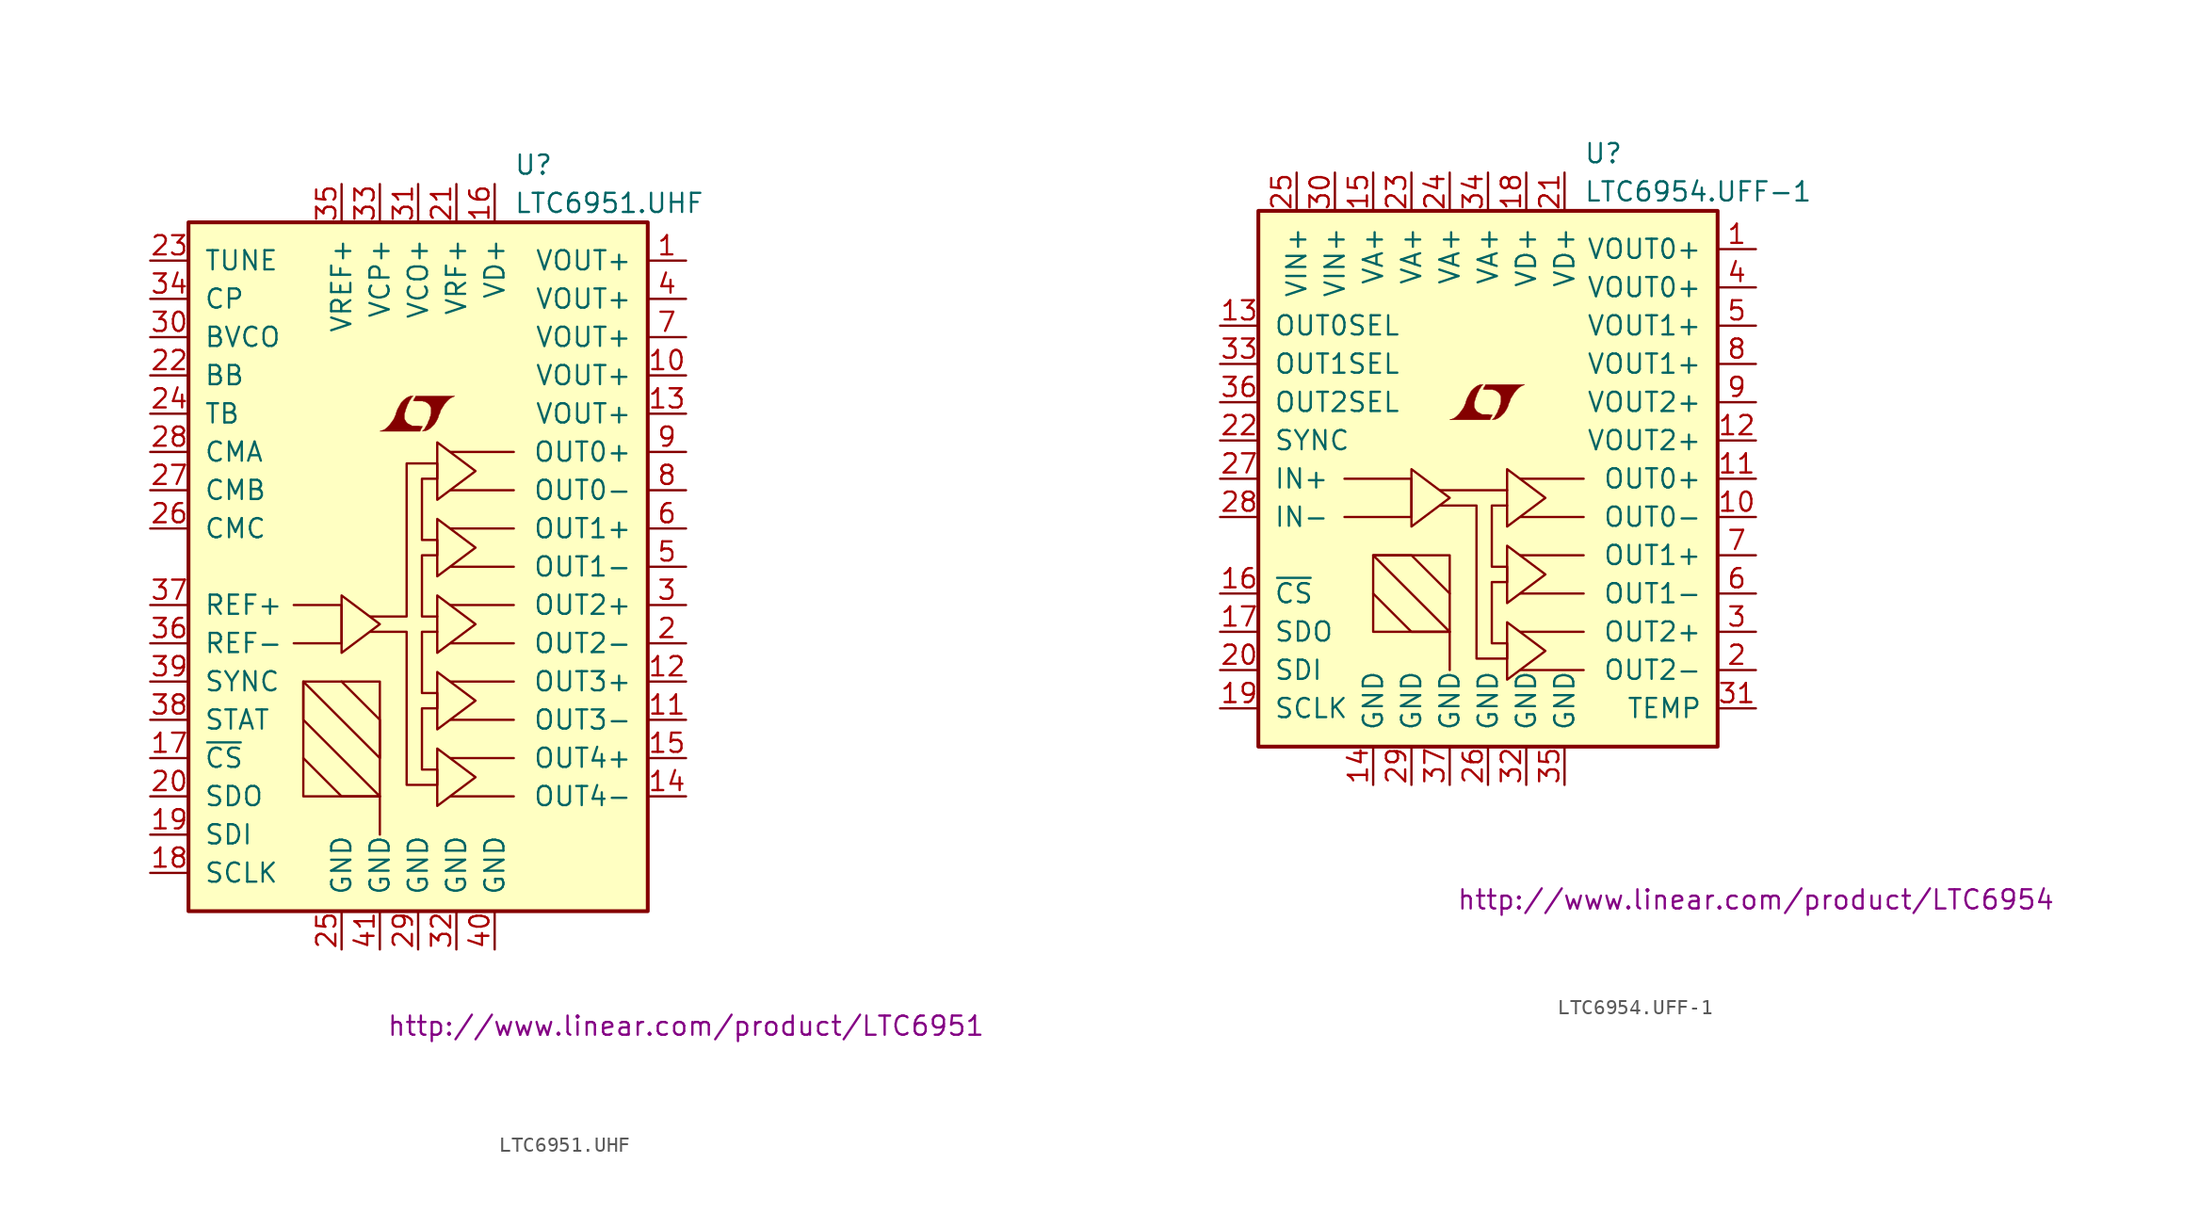
<source format=kicad_sym>
(kicad_symbol_lib
  (version 20201005)
  (generator kicad_symbol_editor)
  (symbol "LTC6951.UHF"
    (pin_names
      (offset 1.016))
    (property "Reference" "U"
      (at 6.35 26.67 0)
      (effects (font (size 1.27 1.27)) (justify left)))
    (property "Value" "LTC6951.UHF"
      (at 6.35 24.13 0)
      (effects (font (size 1.27 1.27)) (justify left)))
    (property "Datasheet" "http://www.linear.com/product/LTC6951"
      (at 17.78 -30.48 0)
      (effects (font (size 1.27 1.27))))
    (symbol "LTC6951.UHF_0_0"
      (polyline (pts (xy 0.203 9.169) (xy 0.229 9.195) (xy 0.279 9.296) (xy 0.279 9.322) (xy 0.152 9.322) (xy 0.051 9.347) (xy -0.406 9.347) (xy -0.432 9.373) (xy -0.686 9.5) (xy -0.787 9.601) (xy -0.864 9.728) (xy -0.914 9.83) (xy -0.914 10.135) (xy -0.864 10.287) (xy -0.838 10.389) (xy -0.813 10.465) (xy -0.762 10.592) (xy -0.711 10.744) (xy -0.635 10.871) (xy -0.584 10.998) (xy -0.508 11.1) (xy -0.457 11.201) (xy -0.33 11.328) (xy -0.508 11.328) (xy -0.635 11.278) (xy -0.737 11.227) (xy -0.813 11.176) (xy -0.94 11.074) (xy -1.118 10.897) (xy -1.372 10.439) (xy -1.473 10.16) (xy -1.473 10.109) (xy -1.524 10.008) (xy -1.575 9.881) (xy -1.626 9.779) (xy -1.753 9.601) (xy -1.905 9.398) (xy -2.057 9.246) (xy -2.21 9.119) (xy -2.388 9.042) (xy -2.54 8.992) (xy 0.127 8.992) (xy 0.203 9.169)) (stroke (width 0.025)) (fill (type outline)))
      (polyline (pts (xy 0.406 9.017) (xy 0.483 9.017) (xy 0.66 9.093) (xy 0.813 9.195) (xy 1.092 9.474) (xy 1.219 9.677) (xy 1.321 9.881) (xy 1.397 10.135) (xy 1.422 10.135) (xy 1.499 10.389) (xy 1.753 10.795) (xy 1.905 10.973) (xy 2.057 11.125) (xy 2.21 11.227) (xy 2.388 11.303) (xy 2.413 11.303) (xy 2.413 11.328) (xy -0.152 11.328) (xy -0.229 11.176) (xy -0.254 11.151) (xy -0.305 11.049) (xy -0.33 11.024) (xy -0.279 11.024) (xy -0.229 10.998) (xy 0.305 10.998) (xy 0.356 10.973) (xy 0.406 10.973) (xy 0.483 10.947) (xy 0.61 10.871) (xy 0.737 10.77) (xy 0.813 10.643) (xy 0.838 10.592) (xy 0.864 10.566) (xy 0.864 10.16) (xy 0.838 10.109) (xy 0.838 10.033) (xy 0.787 9.931) (xy 0.762 9.804) (xy 0.686 9.652) (xy 0.635 9.5) (xy 0.483 9.246) (xy 0.432 9.144) (xy 0.279 8.992) (xy 0.406 9.017)) (stroke (width 0.025)) (fill (type outline))))
    (symbol "LTC6951.UHF_0_1"
      (rectangle (start -15.24 22.86) (end 15.24 -22.86) (stroke (width 0.254)) (fill (type background)))
      (rectangle (start -7.62 -15.24) (end -2.54 -7.62) (stroke (width 0)) (fill (type none)))
      (polyline (pts (xy -2.54 -15.24) (xy -2.54 -17.78)) (stroke (width 0)) (fill (type none)))
      (polyline (pts (xy 2.159 7.62) (xy 6.35 7.62)) (stroke (width 0)) (fill (type none)))
      (polyline (pts (xy 6.35 -15.24) (xy 2.159 -15.24)) (stroke (width 0)) (fill (type none)))
      (polyline (pts (xy 6.35 -12.7) (xy 2.159 -12.7)) (stroke (width 0)) (fill (type none)))
      (polyline (pts (xy 6.35 -10.16) (xy 2.159 -10.16)) (stroke (width 0)) (fill (type none)))
      (polyline (pts (xy 6.35 -7.62) (xy 2.159 -7.62)) (stroke (width 0)) (fill (type none)))
      (polyline (pts (xy 6.35 -5.08) (xy 2.159 -5.08)) (stroke (width 0)) (fill (type none)))
      (polyline (pts (xy 6.35 -2.54) (xy 2.159 -2.54)) (stroke (width 0)) (fill (type none)))
      (polyline (pts (xy 6.35 0) (xy 2.159 0)) (stroke (width 0)) (fill (type none)))
      (polyline (pts (xy 6.35 2.54) (xy 2.159 2.54)) (stroke (width 0)) (fill (type none)))
      (polyline (pts (xy 6.35 5.08) (xy 2.159 5.08)) (stroke (width 0)) (fill (type none)))
      (polyline (pts (xy -8.255 -2.54) (xy -5.08 -2.54) (xy -5.08 -5.08) (xy -8.255 -5.08)) (stroke (width 0)) (fill (type none)))
      (polyline (pts (xy -2.54 -3.81) (xy -5.08 -1.905) (xy -5.08 -5.715) (xy -2.54 -3.81)) (stroke (width 0)) (fill (type none)))
      (polyline (pts (xy 3.81 -13.97) (xy 1.27 -12.065) (xy 1.27 -15.875) (xy 3.81 -13.97)) (stroke (width 0)) (fill (type none)))
      (polyline (pts (xy 3.81 -8.89) (xy 1.27 -6.985) (xy 1.27 -10.795) (xy 3.81 -8.89)) (stroke (width 0)) (fill (type none)))
      (polyline (pts (xy 3.81 -3.81) (xy 1.27 -1.905) (xy 1.27 -5.715) (xy 3.81 -3.81)) (stroke (width 0)) (fill (type none)))
      (polyline (pts (xy 3.81 1.27) (xy 1.27 3.175) (xy 1.27 -0.635) (xy 3.81 1.27)) (stroke (width 0)) (fill (type none)))
      (polyline (pts (xy 3.81 6.35) (xy 1.27 4.445) (xy 1.27 8.255) (xy 3.81 6.35)) (stroke (width 0)) (fill (type none)))
      (polyline (pts (xy -7.62 -12.7) (xy -5.08 -15.24) (xy -2.54 -15.24) (xy -7.62 -10.16) (xy -7.62 -7.62) (xy -2.54 -12.7) (xy -2.54 -10.16) (xy -5.08 -7.62)) (stroke (width 0)) (fill (type none)))
      (polyline (pts (xy -3.175 -4.318) (xy -0.762 -4.318) (xy -0.762 -14.478) (xy 1.27 -14.478) (xy 1.27 -13.462) (xy 0.254 -13.462) (xy 0.254 -9.398) (xy 1.27 -9.398) (xy 1.27 -8.382) (xy 0.254 -8.382) (xy 0.254 -4.318) (xy 1.27 -4.318)) (stroke (width 0)) (fill (type none)))
      (polyline (pts (xy -3.175 -3.302) (xy -0.762 -3.302) (xy -0.762 6.858) (xy 1.27 6.858) (xy 1.27 5.842) (xy 0.254 5.842) (xy 0.254 1.778) (xy 1.27 1.778) (xy 1.27 0.762) (xy 0.254 0.762) (xy 0.254 -3.302) (xy 1.27 -3.302)) (stroke (width 0)) (fill (type none))))
    (symbol "LTC6951.UHF_1_1"
      (pin power_in line (at 17.78 20.32 180) (length 2.54) (name "VOUT+" (effects (font (size 1.27 1.27)))) (number "1" (effects (font (size 1.27 1.27)))))
      (pin output line (at 17.78 -5.08 180) (length 2.54) (name "OUT2-" (effects (font (size 1.27 1.27)))) (number "2" (effects (font (size 1.27 1.27)))))
      (pin output line (at 17.78 -2.54 180) (length 2.54) (name "OUT2+" (effects (font (size 1.27 1.27)))) (number "3" (effects (font (size 1.27 1.27)))))
      (pin power_in line (at 17.78 17.78 180) (length 2.54) (name "VOUT+" (effects (font (size 1.27 1.27)))) (number "4" (effects (font (size 1.27 1.27)))))
      (pin output line (at 17.78 0 180) (length 2.54) (name "OUT1-" (effects (font (size 1.27 1.27)))) (number "5" (effects (font (size 1.27 1.27)))))
      (pin output line (at 17.78 2.54 180) (length 2.54) (name "OUT1+" (effects (font (size 1.27 1.27)))) (number "6" (effects (font (size 1.27 1.27)))))
      (pin power_in line (at 17.78 15.24 180) (length 2.54) (name "VOUT+" (effects (font (size 1.27 1.27)))) (number "7" (effects (font (size 1.27 1.27)))))
      (pin output line (at 17.78 5.08 180) (length 2.54) (name "OUT0-" (effects (font (size 1.27 1.27)))) (number "8" (effects (font (size 1.27 1.27)))))
      (pin output line (at 17.78 7.62 180) (length 2.54) (name "OUT0+" (effects (font (size 1.27 1.27)))) (number "9" (effects (font (size 1.27 1.27)))))
      (pin power_in line (at 17.78 12.7 180) (length 2.54) (name "VOUT+" (effects (font (size 1.27 1.27)))) (number "10" (effects (font (size 1.27 1.27)))))
      (pin output line (at -17.78 -15.24 0) (length 2.54) (name "SDO" (effects (font (size 1.27 1.27)))) (number "20" (effects (font (size 1.27 1.27)))))
      (pin passive line (at -17.78 15.24 0) (length 2.54) (name "BVCO" (effects (font (size 1.27 1.27)))) (number "30" (effects (font (size 1.27 1.27)))))
      (pin power_in line (at 5.08 -25.4 90) (length 2.54) (name "GND" (effects (font (size 1.27 1.27)))) (number "40" (effects (font (size 1.27 1.27)))))
      (pin output line (at 17.78 -10.16 180) (length 2.54) (name "OUT3-" (effects (font (size 1.27 1.27)))) (number "11" (effects (font (size 1.27 1.27)))))
      (pin power_in line (at 2.54 25.4 270) (length 2.54) (name "VRF+" (effects (font (size 1.27 1.27)))) (number "21" (effects (font (size 1.27 1.27)))))
      (pin power_in line (at 0 25.4 270) (length 2.54) (name "VCO+" (effects (font (size 1.27 1.27)))) (number "31" (effects (font (size 1.27 1.27)))))
      (pin power_in line (at -2.54 -25.4 90) (length 2.54) (name "GND" (effects (font (size 1.27 1.27)))) (number "41" (effects (font (size 1.27 1.27)))))
      (pin output line (at 17.78 -7.62 180) (length 2.54) (name "OUT3+" (effects (font (size 1.27 1.27)))) (number "12" (effects (font (size 1.27 1.27)))))
      (pin passive line (at -17.78 12.7 0) (length 2.54) (name "BB" (effects (font (size 1.27 1.27)))) (number "22" (effects (font (size 1.27 1.27)))))
      (pin power_in line (at 2.54 -25.4 90) (length 2.54) (name "GND" (effects (font (size 1.27 1.27)))) (number "32" (effects (font (size 1.27 1.27)))))
      (pin power_in line (at 17.78 10.16 180) (length 2.54) (name "VOUT+" (effects (font (size 1.27 1.27)))) (number "13" (effects (font (size 1.27 1.27)))))
      (pin input line (at -17.78 20.32 0) (length 2.54) (name "TUNE" (effects (font (size 1.27 1.27)))) (number "23" (effects (font (size 1.27 1.27)))))
      (pin power_in line (at -2.54 25.4 270) (length 2.54) (name "VCP+" (effects (font (size 1.27 1.27)))) (number "33" (effects (font (size 1.27 1.27)))))
      (pin output line (at 17.78 -15.24 180) (length 2.54) (name "OUT4-" (effects (font (size 1.27 1.27)))) (number "14" (effects (font (size 1.27 1.27)))))
      (pin passive line (at -17.78 10.16 0) (length 2.54) (name "TB" (effects (font (size 1.27 1.27)))) (number "24" (effects (font (size 1.27 1.27)))))
      (pin passive line (at -17.78 17.78 0) (length 2.54) (name "CP" (effects (font (size 1.27 1.27)))) (number "34" (effects (font (size 1.27 1.27)))))
      (pin output line (at 17.78 -12.7 180) (length 2.54) (name "OUT4+" (effects (font (size 1.27 1.27)))) (number "15" (effects (font (size 1.27 1.27)))))
      (pin power_in line (at -5.08 -25.4 90) (length 2.54) (name "GND" (effects (font (size 1.27 1.27)))) (number "25" (effects (font (size 1.27 1.27)))))
      (pin power_in line (at -5.08 25.4 270) (length 2.54) (name "VREF+" (effects (font (size 1.27 1.27)))) (number "35" (effects (font (size 1.27 1.27)))))
      (pin power_in line (at 5.08 25.4 270) (length 2.54) (name "VD+" (effects (font (size 1.27 1.27)))) (number "16" (effects (font (size 1.27 1.27)))))
      (pin input line (at -17.78 2.54 0) (length 2.54) (name "CMC" (effects (font (size 1.27 1.27)))) (number "26" (effects (font (size 1.27 1.27)))))
      (pin input line (at -17.78 -5.08 0) (length 2.54) (name "REF-" (effects (font (size 1.27 1.27)))) (number "36" (effects (font (size 1.27 1.27)))))
      (pin input line (at -17.78 -12.7 0) (length 2.54) (name "~CS~" (effects (font (size 1.27 1.27)))) (number "17" (effects (font (size 1.27 1.27)))))
      (pin input line (at -17.78 5.08 0) (length 2.54) (name "CMB" (effects (font (size 1.27 1.27)))) (number "27" (effects (font (size 1.27 1.27)))))
      (pin input line (at -17.78 -2.54 0) (length 2.54) (name "REF+" (effects (font (size 1.27 1.27)))) (number "37" (effects (font (size 1.27 1.27)))))
      (pin input line (at -17.78 -20.32 0) (length 2.54) (name "SCLK" (effects (font (size 1.27 1.27)))) (number "18" (effects (font (size 1.27 1.27)))))
      (pin input line (at -17.78 7.62 0) (length 2.54) (name "CMA" (effects (font (size 1.27 1.27)))) (number "28" (effects (font (size 1.27 1.27)))))
      (pin output line (at -17.78 -10.16 0) (length 2.54) (name "STAT" (effects (font (size 1.27 1.27)))) (number "38" (effects (font (size 1.27 1.27)))))
      (pin input line (at -17.78 -17.78 0) (length 2.54) (name "SDI" (effects (font (size 1.27 1.27)))) (number "19" (effects (font (size 1.27 1.27)))))
      (pin power_in line (at 0 -25.4 90) (length 2.54) (name "GND" (effects (font (size 1.27 1.27)))) (number "29" (effects (font (size 1.27 1.27)))))
      (pin input line (at -17.78 -7.62 0) (length 2.54) (name "SYNC" (effects (font (size 1.27 1.27)))) (number "39" (effects (font (size 1.27 1.27)))))))
  (symbol "LTC6954.UFF-1"
    (pin_names
      (offset 1.016))
    (property "Reference" "U"
      (at 6.35 21.59 0)
      (effects (font (size 1.27 1.27)) (justify left)))
    (property "Value" "LTC6954.UFF-1"
      (at 6.35 19.05 0)
      (effects (font (size 1.27 1.27)) (justify left)))
    (property "Datasheet" "http://www.linear.com/product/LTC6954"
      (at 17.78 -27.94 0)
      (effects (font (size 1.27 1.27))))
    (symbol "LTC6954.UFF-1_0_0"
      (polyline (pts (xy 0.203 4.089) (xy 0.229 4.115) (xy 0.279 4.216) (xy 0.279 4.242) (xy 0.152 4.242) (xy 0.051 4.267) (xy -0.406 4.267) (xy -0.432 4.293) (xy -0.686 4.42) (xy -0.787 4.521) (xy -0.864 4.648) (xy -0.914 4.75) (xy -0.914 5.055) (xy -0.864 5.207) (xy -0.838 5.309) (xy -0.813 5.385) (xy -0.762 5.512) (xy -0.711 5.664) (xy -0.635 5.791) (xy -0.584 5.918) (xy -0.508 6.02) (xy -0.457 6.121) (xy -0.33 6.248) (xy -0.508 6.248) (xy -0.635 6.198) (xy -0.737 6.147) (xy -0.813 6.096) (xy -0.94 5.994) (xy -1.118 5.817) (xy -1.372 5.359) (xy -1.473 5.08) (xy -1.473 5.029) (xy -1.524 4.928) (xy -1.575 4.801) (xy -1.626 4.699) (xy -1.753 4.521) (xy -1.905 4.318) (xy -2.057 4.166) (xy -2.21 4.039) (xy -2.388 3.962) (xy -2.54 3.912) (xy 0.127 3.912) (xy 0.203 4.089)) (stroke (width 0.025)) (fill (type outline)))
      (polyline (pts (xy 0.406 3.937) (xy 0.483 3.937) (xy 0.66 4.013) (xy 0.813 4.115) (xy 1.092 4.394) (xy 1.219 4.597) (xy 1.321 4.801) (xy 1.397 5.055) (xy 1.422 5.055) (xy 1.499 5.309) (xy 1.753 5.715) (xy 1.905 5.893) (xy 2.057 6.045) (xy 2.21 6.147) (xy 2.388 6.223) (xy 2.413 6.223) (xy 2.413 6.248) (xy -0.152 6.248) (xy -0.229 6.096) (xy -0.254 6.071) (xy -0.305 5.969) (xy -0.33 5.944) (xy -0.279 5.944) (xy -0.229 5.918) (xy 0.305 5.918) (xy 0.356 5.893) (xy 0.406 5.893) (xy 0.483 5.867) (xy 0.61 5.791) (xy 0.737 5.69) (xy 0.813 5.563) (xy 0.838 5.512) (xy 0.864 5.486) (xy 0.864 5.08) (xy 0.838 5.029) (xy 0.838 4.953) (xy 0.787 4.851) (xy 0.762 4.724) (xy 0.686 4.572) (xy 0.635 4.42) (xy 0.483 4.166) (xy 0.432 4.064) (xy 0.279 3.912) (xy 0.406 3.937)) (stroke (width 0.025)) (fill (type outline))))
    (symbol "LTC6954.UFF-1_0_1"
      (rectangle (start -15.24 17.78) (end 15.24 -17.78) (stroke (width 0.254)) (fill (type background)))
      (rectangle (start -7.62 -5.08) (end -2.54 -10.16) (stroke (width 0)) (fill (type none)))
      (polyline (pts (xy -2.54 -10.16) (xy -2.54 -12.7)) (stroke (width 0)) (fill (type none)))
      (polyline (pts (xy 1.27 -0.762) (xy -3.175 -0.762)) (stroke (width 0)) (fill (type none)))
      (polyline (pts (xy 2.159 0) (xy 6.35 0)) (stroke (width 0)) (fill (type none)))
      (polyline (pts (xy 6.35 -12.7) (xy 2.159 -12.7)) (stroke (width 0)) (fill (type none)))
      (polyline (pts (xy 6.35 -10.16) (xy 2.159 -10.16)) (stroke (width 0)) (fill (type none)))
      (polyline (pts (xy 6.35 -7.62) (xy 2.159 -7.62)) (stroke (width 0)) (fill (type none)))
      (polyline (pts (xy 6.35 -5.08) (xy 2.159 -5.08)) (stroke (width 0)) (fill (type none)))
      (polyline (pts (xy 6.35 -2.54) (xy 2.159 -2.54)) (stroke (width 0)) (fill (type none)))
      (polyline (pts (xy -9.525 0) (xy -5.08 0) (xy -5.08 -2.54) (xy -9.525 -2.54)) (stroke (width 0)) (fill (type none)))
      (polyline (pts (xy -2.54 -1.27) (xy -5.08 0.635) (xy -5.08 -3.175) (xy -2.54 -1.27)) (stroke (width 0)) (fill (type none)))
      (polyline (pts (xy 3.81 -11.43) (xy 1.27 -9.525) (xy 1.27 -13.335) (xy 3.81 -11.43)) (stroke (width 0)) (fill (type none)))
      (polyline (pts (xy 3.81 -6.35) (xy 1.27 -4.445) (xy 1.27 -8.255) (xy 3.81 -6.35)) (stroke (width 0)) (fill (type none)))
      (polyline (pts (xy 3.81 -1.27) (xy 1.27 -3.175) (xy 1.27 0.635) (xy 3.81 -1.27)) (stroke (width 0)) (fill (type none)))
      (polyline (pts (xy -7.62 -7.62) (xy -5.08 -10.16) (xy -2.54 -10.16) (xy -7.62 -5.08) (xy -5.08 -5.08) (xy -2.54 -7.62)) (stroke (width 0)) (fill (type none)))
      (polyline (pts (xy -3.175 -1.778) (xy -0.762 -1.778) (xy -0.762 -11.938) (xy 1.27 -11.938) (xy 1.27 -10.922) (xy 0.254 -10.922) (xy 0.254 -6.858) (xy 1.27 -6.858) (xy 1.27 -5.842) (xy 0.254 -5.842) (xy 0.254 -1.778) (xy 1.27 -1.778)) (stroke (width 0)) (fill (type none))))
    (symbol "LTC6954.UFF-1_1_1"
      (pin power_in line (at 17.78 15.24 180) (length 2.54) (name "VOUT0+" (effects (font (size 1.27 1.27)))) (number "1" (effects (font (size 1.27 1.27)))))
      (pin output line (at 17.78 -12.7 180) (length 2.54) (name "OUT2-" (effects (font (size 1.27 1.27)))) (number "2" (effects (font (size 1.27 1.27)))))
      (pin output line (at 17.78 -10.16 180) (length 2.54) (name "OUT2+" (effects (font (size 1.27 1.27)))) (number "3" (effects (font (size 1.27 1.27)))))
      (pin power_in line (at 17.78 12.7 180) (length 2.54) (name "VOUT0+" (effects (font (size 1.27 1.27)))) (number "4" (effects (font (size 1.27 1.27)))))
      (pin power_in line (at 17.78 10.16 180) (length 2.54) (name "VOUT1+" (effects (font (size 1.27 1.27)))) (number "5" (effects (font (size 1.27 1.27)))))
      (pin output line (at 17.78 -7.62 180) (length 2.54) (name "OUT1-" (effects (font (size 1.27 1.27)))) (number "6" (effects (font (size 1.27 1.27)))))
      (pin output line (at 17.78 -5.08 180) (length 2.54) (name "OUT1+" (effects (font (size 1.27 1.27)))) (number "7" (effects (font (size 1.27 1.27)))))
      (pin power_in line (at 17.78 7.62 180) (length 2.54) (name "VOUT1+" (effects (font (size 1.27 1.27)))) (number "8" (effects (font (size 1.27 1.27)))))
      (pin power_in line (at 17.78 5.08 180) (length 2.54) (name "VOUT2+" (effects (font (size 1.27 1.27)))) (number "9" (effects (font (size 1.27 1.27)))))
      (pin output line (at 17.78 -2.54 180) (length 2.54) (name "OUT0-" (effects (font (size 1.27 1.27)))) (number "10" (effects (font (size 1.27 1.27)))))
      (pin input line (at -17.78 -12.7 0) (length 2.54) (name "SDI" (effects (font (size 1.27 1.27)))) (number "20" (effects (font (size 1.27 1.27)))))
      (pin power_in line (at -10.16 20.32 270) (length 2.54) (name "VIN+" (effects (font (size 1.27 1.27)))) (number "30" (effects (font (size 1.27 1.27)))))
      (pin output line (at 17.78 0 180) (length 2.54) (name "OUT0+" (effects (font (size 1.27 1.27)))) (number "11" (effects (font (size 1.27 1.27)))))
      (pin power_in line (at 5.08 20.32 270) (length 2.54) (name "VD+" (effects (font (size 1.27 1.27)))) (number "21" (effects (font (size 1.27 1.27)))))
      (pin passive line (at 17.78 -15.24 180) (length 2.54) (name "TEMP" (effects (font (size 1.27 1.27)))) (number "31" (effects (font (size 1.27 1.27)))))
      (pin power_in line (at 17.78 2.54 180) (length 2.54) (name "VOUT2+" (effects (font (size 1.27 1.27)))) (number "12" (effects (font (size 1.27 1.27)))))
      (pin input line (at -17.78 2.54 0) (length 2.54) (name "SYNC" (effects (font (size 1.27 1.27)))) (number "22" (effects (font (size 1.27 1.27)))))
      (pin power_in line (at 2.54 -20.32 90) (length 2.54) (name "GND" (effects (font (size 1.27 1.27)))) (number "32" (effects (font (size 1.27 1.27)))))
      (pin input line (at -17.78 10.16 0) (length 2.54) (name "OUT0SEL" (effects (font (size 1.27 1.27)))) (number "13" (effects (font (size 1.27 1.27)))))
      (pin power_in line (at -5.08 20.32 270) (length 2.54) (name "VA+" (effects (font (size 1.27 1.27)))) (number "23" (effects (font (size 1.27 1.27)))))
      (pin input line (at -17.78 7.62 0) (length 2.54) (name "OUT1SEL" (effects (font (size 1.27 1.27)))) (number "33" (effects (font (size 1.27 1.27)))))
      (pin power_in line (at -7.62 -20.32 90) (length 2.54) (name "GND" (effects (font (size 1.27 1.27)))) (number "14" (effects (font (size 1.27 1.27)))))
      (pin power_in line (at -2.54 20.32 270) (length 2.54) (name "VA+" (effects (font (size 1.27 1.27)))) (number "24" (effects (font (size 1.27 1.27)))))
      (pin power_in line (at 0 20.32 270) (length 2.54) (name "VA+" (effects (font (size 1.27 1.27)))) (number "34" (effects (font (size 1.27 1.27)))))
      (pin power_in line (at -7.62 20.32 270) (length 2.54) (name "VA+" (effects (font (size 1.27 1.27)))) (number "15" (effects (font (size 1.27 1.27)))))
      (pin power_in line (at -12.7 20.32 270) (length 2.54) (name "VIN+" (effects (font (size 1.27 1.27)))) (number "25" (effects (font (size 1.27 1.27)))))
      (pin power_in line (at 5.08 -20.32 90) (length 2.54) (name "GND" (effects (font (size 1.27 1.27)))) (number "35" (effects (font (size 1.27 1.27)))))
      (pin input line (at -17.78 -7.62 0) (length 2.54) (name "~CS~" (effects (font (size 1.27 1.27)))) (number "16" (effects (font (size 1.27 1.27)))))
      (pin power_in line (at 0 -20.32 90) (length 2.54) (name "GND" (effects (font (size 1.27 1.27)))) (number "26" (effects (font (size 1.27 1.27)))))
      (pin input line (at -17.78 5.08 0) (length 2.54) (name "OUT2SEL" (effects (font (size 1.27 1.27)))) (number "36" (effects (font (size 1.27 1.27)))))
      (pin output line (at -17.78 -10.16 0) (length 2.54) (name "SDO" (effects (font (size 1.27 1.27)))) (number "17" (effects (font (size 1.27 1.27)))))
      (pin input line (at -17.78 0 0) (length 2.54) (name "IN+" (effects (font (size 1.27 1.27)))) (number "27" (effects (font (size 1.27 1.27)))))
      (pin power_in line (at -2.54 -20.32 90) (length 2.54) (name "GND" (effects (font (size 1.27 1.27)))) (number "37" (effects (font (size 1.27 1.27)))))
      (pin power_in line (at 2.54 20.32 270) (length 2.54) (name "VD+" (effects (font (size 1.27 1.27)))) (number "18" (effects (font (size 1.27 1.27)))))
      (pin input line (at -17.78 -2.54 0) (length 2.54) (name "IN-" (effects (font (size 1.27 1.27)))) (number "28" (effects (font (size 1.27 1.27)))))
      (pin input line (at -17.78 -15.24 0) (length 2.54) (name "SCLK" (effects (font (size 1.27 1.27)))) (number "19" (effects (font (size 1.27 1.27)))))
      (pin power_in line (at -5.08 -20.32 90) (length 2.54) (name "GND" (effects (font (size 1.27 1.27)))) (number "29" (effects (font (size 1.27 1.27))))))))
</source>
